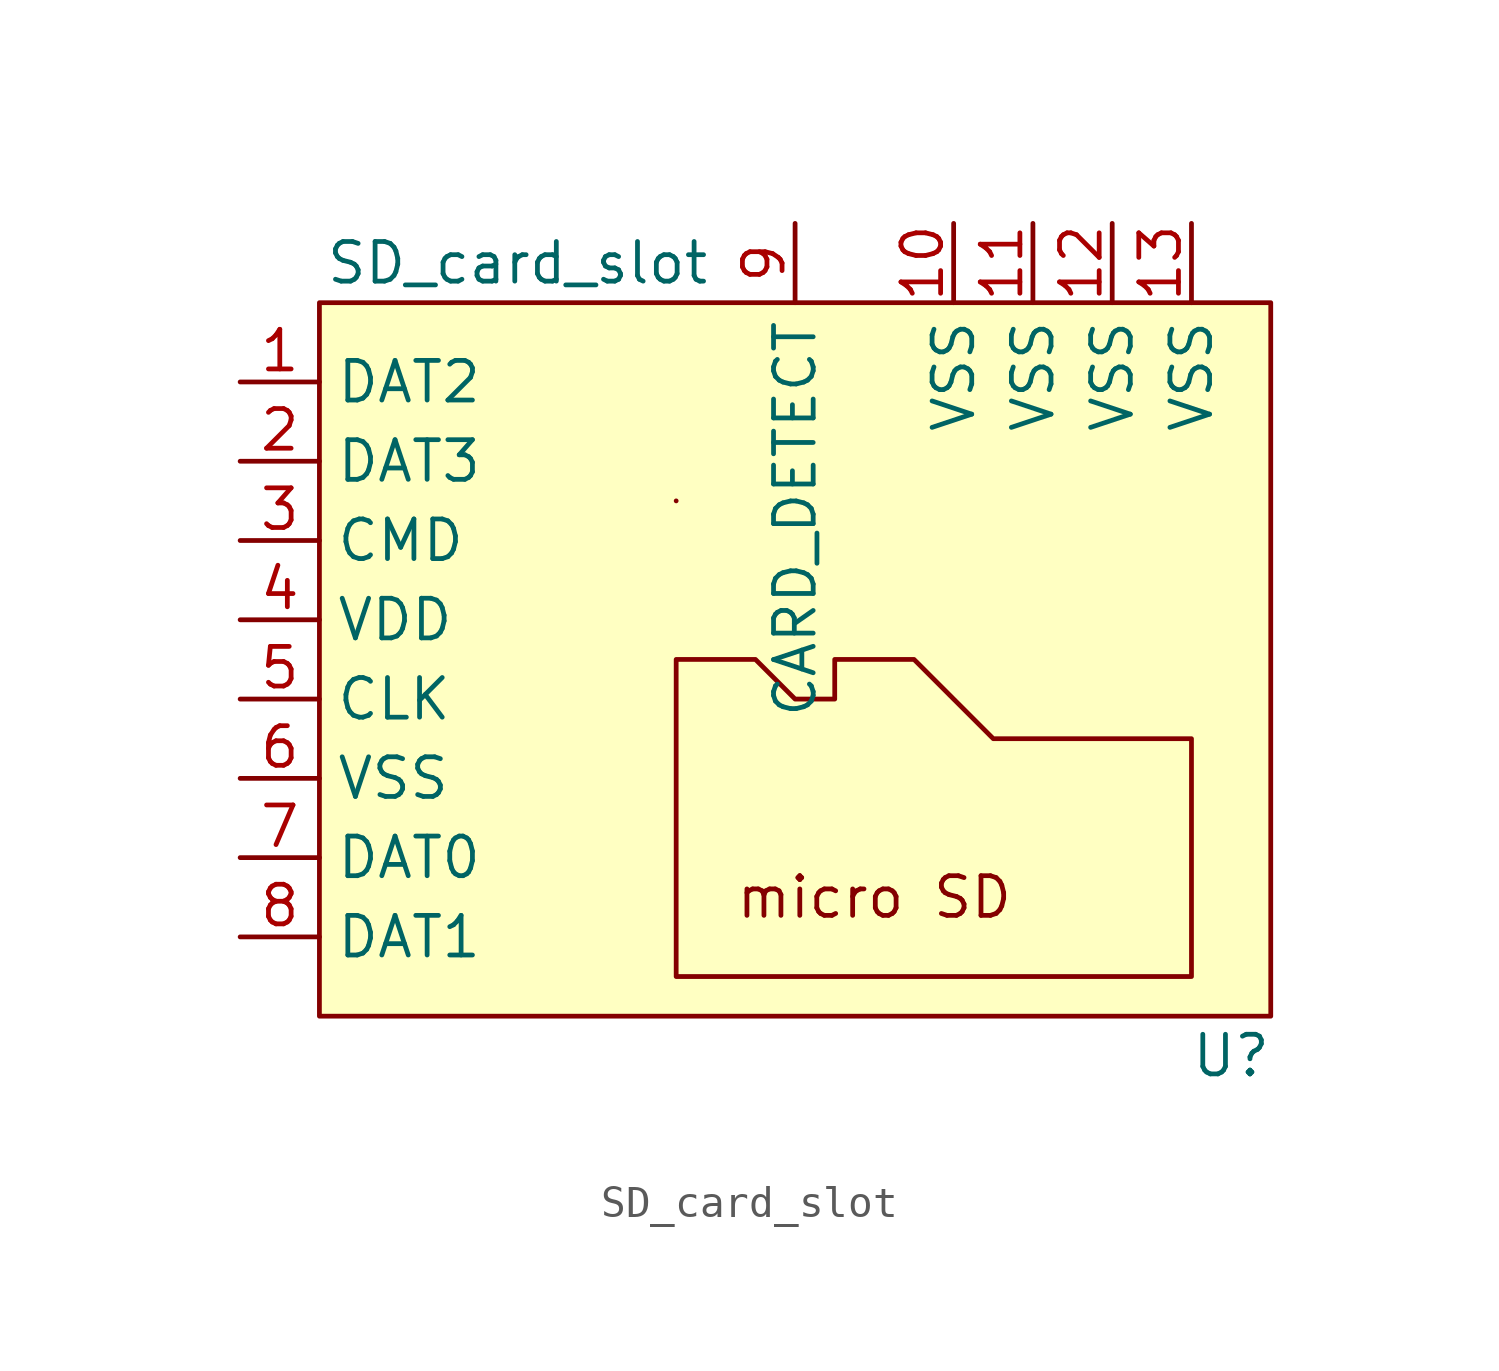
<source format=kicad_sym>
(kicad_symbol_lib
  (version 20211014)
  (generator kicad_symbol_editor)
  (symbol "SD_card_slot"
    (property "Reference" "U"
      (at 25.4 -15.24 0)
      (effects (font (size 1.27 1.27))))
    (property "Value" "SD_card_slot"
      (at 2.54 10.16 0)
      (effects (font (size 1.27 1.27))))
    (symbol "SD_card_slot_0_0"
      (text "micro SD" (at 13.97 -10.16 0) (effects (font (size 1.27 1.27)))))
    (symbol "SD_card_slot_0_1"
      (rectangle (start -3.81 8.89) (end 26.67 -13.97) (stroke (width 0) (type default) (color 0 0 0 0)) (fill (type background)))
      (polyline (pts (xy 7.62 -2.54) (xy 7.62 -12.7) (xy 24.13 -12.7) (xy 24.13 -5.08) (xy 17.78 -5.08) (xy 15.24 -2.54) (xy 12.7 -2.54) (xy 12.7 -3.81) (xy 11.43 -3.81) (xy 10.16 -2.54) (xy 7.62 -2.54)) (stroke (width 0) (type default) (color 0 0 0 0)) (fill (type background)))
      (rectangle (start 7.62 2.54) (end 7.62 2.54) (stroke (width 0) (type default) (color 0 0 0 0)) (fill (type none))))
    (symbol "SD_card_slot_1_1"
      (pin input line (at -6.35 6.35 0) (length 2.54) (name "DAT2" (effects (font (size 1.27 1.27)))) (number "1" (effects (font (size 1.27 1.27)))))
      (pin power_in line (at 16.51 11.43 270) (length 2.54) (name "VSS" (effects (font (size 1.27 1.27)))) (number "10" (effects (font (size 1.27 1.27)))))
      (pin power_in line (at 19.05 11.43 270) (length 2.54) (name "VSS" (effects (font (size 1.27 1.27)))) (number "11" (effects (font (size 1.27 1.27)))))
      (pin power_in line (at 21.59 11.43 270) (length 2.54) (name "VSS" (effects (font (size 1.27 1.27)))) (number "12" (effects (font (size 1.27 1.27)))))
      (pin power_in line (at 24.13 11.43 270) (length 2.54) (name "VSS" (effects (font (size 1.27 1.27)))) (number "13" (effects (font (size 1.27 1.27)))))
      (pin input line (at -6.35 3.81 0) (length 2.54) (name "DAT3" (effects (font (size 1.27 1.27)))) (number "2" (effects (font (size 1.27 1.27)))))
      (pin input line (at -6.35 1.27 0) (length 2.54) (name "CMD" (effects (font (size 1.27 1.27)))) (number "3" (effects (font (size 1.27 1.27)))))
      (pin power_in line (at -6.35 -1.27 0) (length 2.54) (name "VDD" (effects (font (size 1.27 1.27)))) (number "4" (effects (font (size 1.27 1.27)))))
      (pin input line (at -6.35 -3.81 0) (length 2.54) (name "CLK" (effects (font (size 1.27 1.27)))) (number "5" (effects (font (size 1.27 1.27)))))
      (pin power_in line (at -6.35 -6.35 0) (length 2.54) (name "VSS" (effects (font (size 1.27 1.27)))) (number "6" (effects (font (size 1.27 1.27)))))
      (pin power_in line (at -6.35 -8.89 0) (length 2.54) (name "DAT0" (effects (font (size 1.27 1.27)))) (number "7" (effects (font (size 1.27 1.27)))))
      (pin power_in line (at -6.35 -11.43 0) (length 2.54) (name "DAT1" (effects (font (size 1.27 1.27)))) (number "8" (effects (font (size 1.27 1.27)))))
      (pin power_in line (at 11.43 11.43 270) (length 2.54) (name "CARD_DETECT" (effects (font (size 1.27 1.27)))) (number "9" (effects (font (size 1.27 1.27))))))))
</source>
